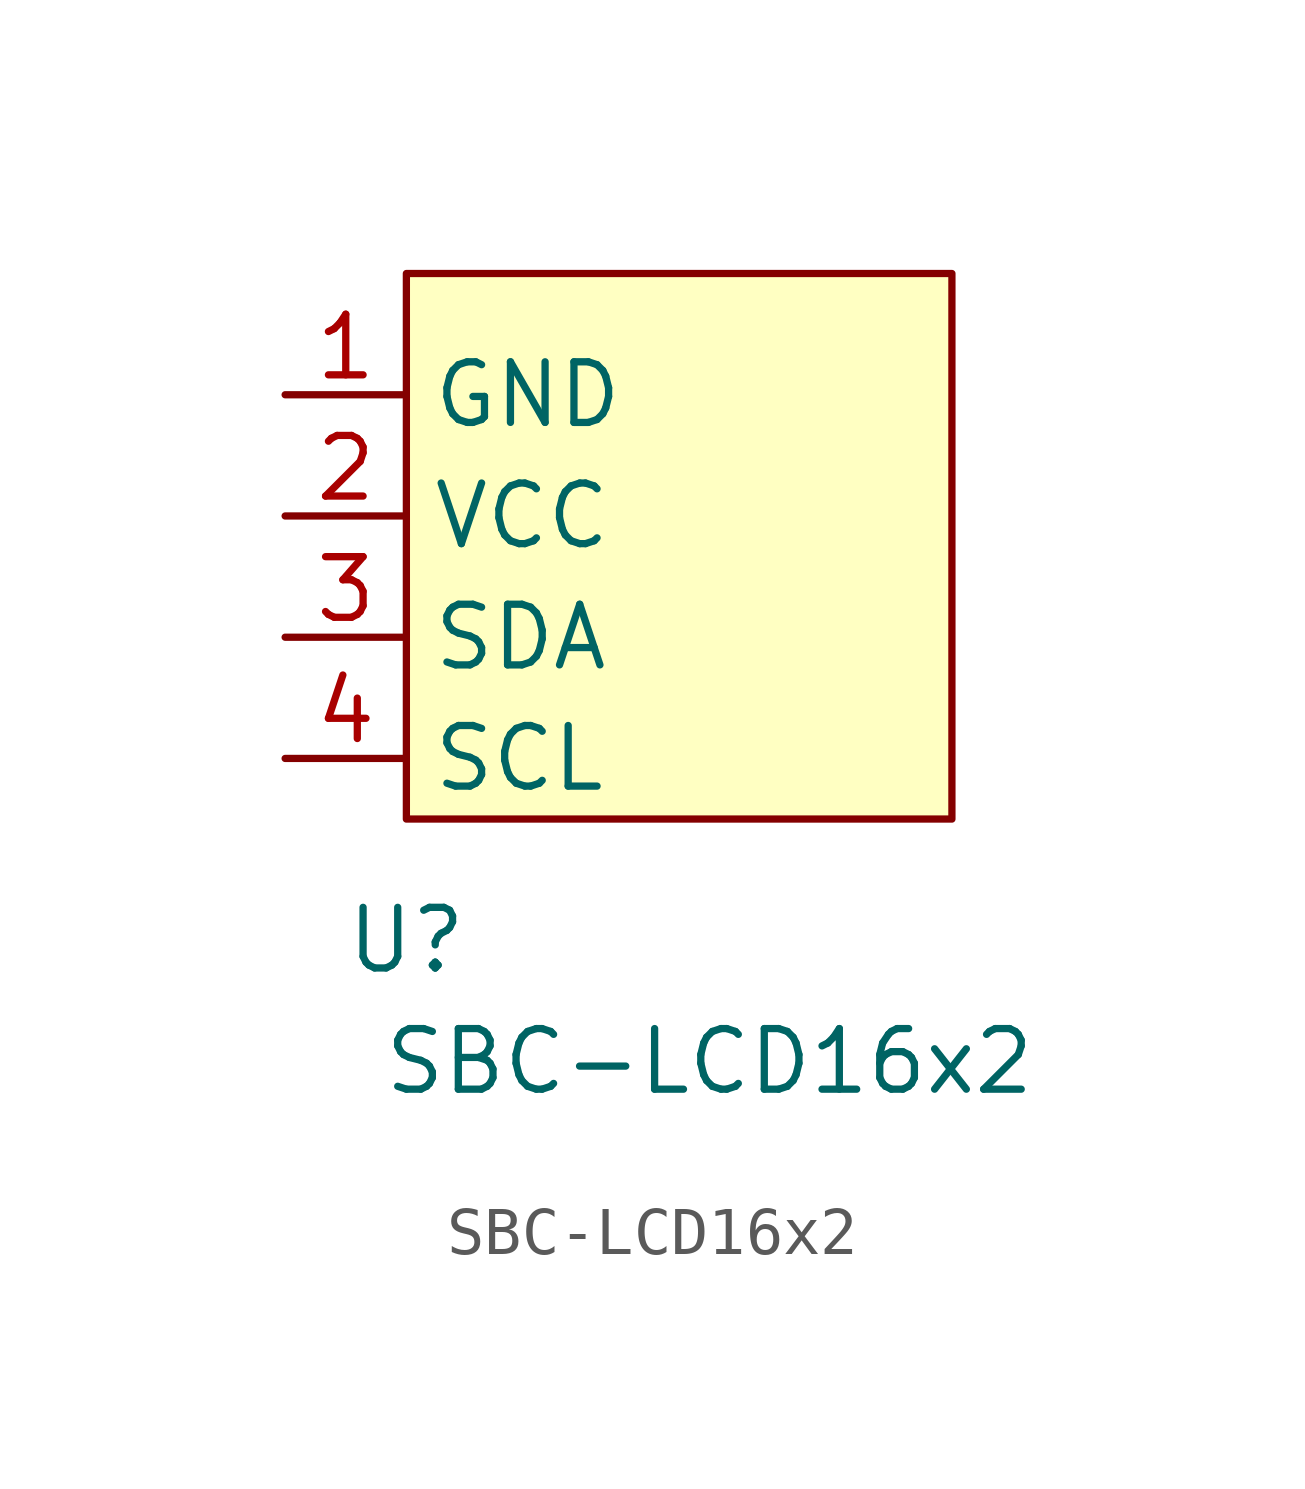
<source format=kicad_sym>
(kicad_symbol_lib
  (version 20211014)
  (generator kicad_symbol_editor)
  (symbol "SBC-LCD16x2"
    (property "Reference" "U"
      (at 1.27 -1.27 0)
      (effects (font (size 1.27 1.27))))
    (property "Value" "SBC-LCD16x2"
      (at 7.62 -3.81 0)
      (effects (font (size 1.27 1.27))))
    (symbol "SBC-LCD16x2_0_1"
      (rectangle (start 1.27 12.7) (end 12.7 1.27) (stroke (width 0) (type default) (color 0 0 0 0)) (fill (type background))))
    (symbol "SBC-LCD16x2_1_1"
      (pin power_out line (at -1.27 10.16 0) (length 2.54) (name "GND" (effects (font (size 1.27 1.27)))) (number "1" (effects (font (size 1.27 1.27)))))
      (pin power_in line (at -1.27 7.62 0) (length 2.54) (name "VCC" (effects (font (size 1.27 1.27)))) (number "2" (effects (font (size 1.27 1.27)))))
      (pin bidirectional line (at -1.27 5.08 0) (length 2.54) (name "SDA" (effects (font (size 1.27 1.27)))) (number "3" (effects (font (size 1.27 1.27)))))
      (pin bidirectional line (at -1.27 2.54 0) (length 2.54) (name "SCL" (effects (font (size 1.27 1.27)))) (number "4" (effects (font (size 1.27 1.27))))))))
</source>
